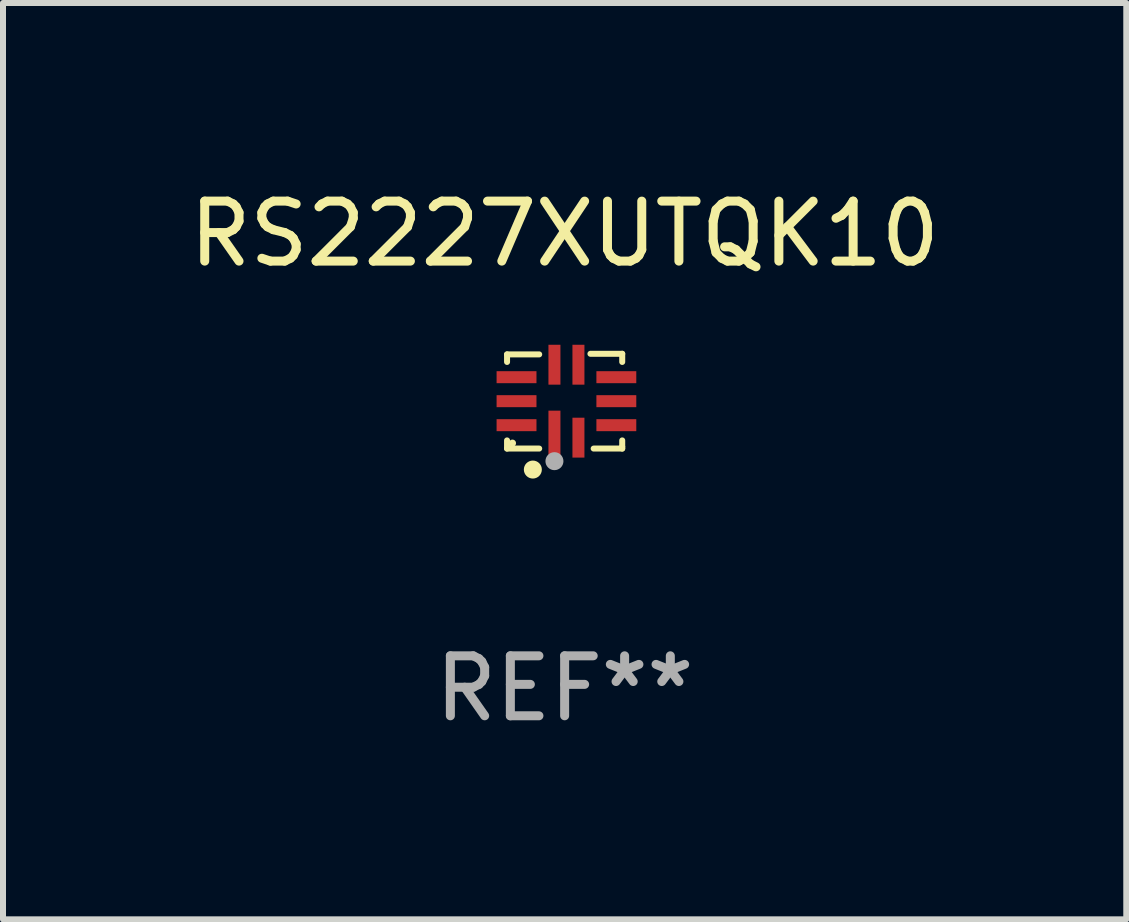
<source format=kicad_pcb>
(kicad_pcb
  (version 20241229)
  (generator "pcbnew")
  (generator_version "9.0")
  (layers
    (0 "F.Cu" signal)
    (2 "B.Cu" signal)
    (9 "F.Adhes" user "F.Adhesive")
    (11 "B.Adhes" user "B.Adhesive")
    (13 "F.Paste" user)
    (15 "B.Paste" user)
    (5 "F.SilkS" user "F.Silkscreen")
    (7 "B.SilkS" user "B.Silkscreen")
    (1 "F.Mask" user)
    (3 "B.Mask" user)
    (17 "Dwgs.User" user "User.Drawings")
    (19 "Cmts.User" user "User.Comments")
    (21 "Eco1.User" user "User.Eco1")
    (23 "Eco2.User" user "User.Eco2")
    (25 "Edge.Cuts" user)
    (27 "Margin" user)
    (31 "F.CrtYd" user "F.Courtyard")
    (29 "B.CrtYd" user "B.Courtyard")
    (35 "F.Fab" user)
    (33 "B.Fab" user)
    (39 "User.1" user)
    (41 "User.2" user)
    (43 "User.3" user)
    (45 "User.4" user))
  (footprint "RS2227XUTQK10"
    (layer "F.Cu")
    (at 6.363 3.638)
    (property "Reference" "RS2227XUTQK10" (at 0 -2.79 0) (layer "F.SilkS") (effects (font (size 1 1) (thickness 0.15))))
    (attr through_hole)
    (fp_line (start -0.96 -0.78) (end -0.424 -0.78) (stroke (width 0.1) (type solid)) (layer "F.SilkS"))
    (fp_line (start -0.96 -0.654) (end -0.96 -0.78) (stroke (width 0.1) (type solid)) (layer "F.SilkS"))
    (fp_line (start -0.96 0.79) (end -0.96 0.654) (stroke (width 0.1) (type solid)) (layer "F.SilkS"))
    (fp_line (start -0.424 0.79) (end -0.96 0.79) (stroke (width 0.1) (type solid)) (layer "F.SilkS"))
    (fp_line (start 0.43 -0.79) (end 0.96 -0.79) (stroke (width 0.1) (type solid)) (layer "F.SilkS"))
    (fp_line (start 0.96 -0.79) (end 0.96 -0.654) (stroke (width 0.1) (type solid)) (layer "F.SilkS"))
    (fp_line (start 0.96 0.654) (end 0.96 0.76) (stroke (width 0.1) (type solid)) (layer "F.SilkS"))
    (fp_line (start 0.96 0.76) (end 0.96 0.79) (stroke (width 0.1) (type solid)) (layer "F.SilkS"))
    (fp_line (start 0.96 0.79) (end 0.484 0.79) (stroke (width 0.1) (type solid)) (layer "F.SilkS"))
    (fp_circle (center -0.87 0.7) (end -0.84 0.7) (stroke (width 0.06) (type solid)) (fill no) (layer "F.SilkS"))
    (fp_circle (center -0.53 1.14) (end -0.455 1.14) (stroke (width 0.15) (type solid)) (fill no) (layer "F.SilkS"))
    (fp_circle (center -0.17 1) (end -0.095 1) (stroke (width 0.15) (type solid)) (fill no) (layer "F.Fab"))
    (fp_text user "REF**" (at 0 4.79 0) (layer "F.Fab") (effects (font (size 1 1) (thickness 0.15))))
    (pad "1" smd rect (at -0.17 0.608) (size 0.2 0.9) (layers "F.Cu" "F.Mask" "F.Paste"))
    (pad "2" smd rect (at 0.23 0.608) (size 0.2 0.665) (layers "F.Cu" "F.Mask" "F.Paste"))
    (pad "3" smd rect (at 0.862 0.4) (size 0.665 0.2) (layers "F.Cu" "F.Mask" "F.Paste"))
    (pad "4" smd rect (at 0.862 0) (size 0.665 0.2) (layers "F.Cu" "F.Mask" "F.Paste"))
    (pad "5" smd rect (at 0.862 -0.4) (size 0.665 0.2) (layers "F.Cu" "F.Mask" "F.Paste"))
    (pad "6" smd rect (at 0.23 -0.608) (size 0.2 0.665) (layers "F.Cu" "F.Mask" "F.Paste"))
    (pad "7" smd rect (at -0.17 -0.608) (size 0.2 0.665) (layers "F.Cu" "F.Mask" "F.Paste"))
    (pad "8" smd rect (at -0.802 -0.4) (size 0.665 0.2) (layers "F.Cu" "F.Mask" "F.Paste"))
    (pad "9" smd rect (at -0.802 0) (size 0.665 0.2) (layers "F.Cu" "F.Mask" "F.Paste"))
    (pad "10" smd rect (at -0.802 0.4) (size 0.665 0.2) (layers "F.Cu" "F.Mask" "F.Paste")))
  (gr_rect
    (start -3 -3)
    (end 15.726 12.276)
    (stroke (width 0.1) (type default))
    (fill no)
    (layer "Edge.Cuts")))
</source>
